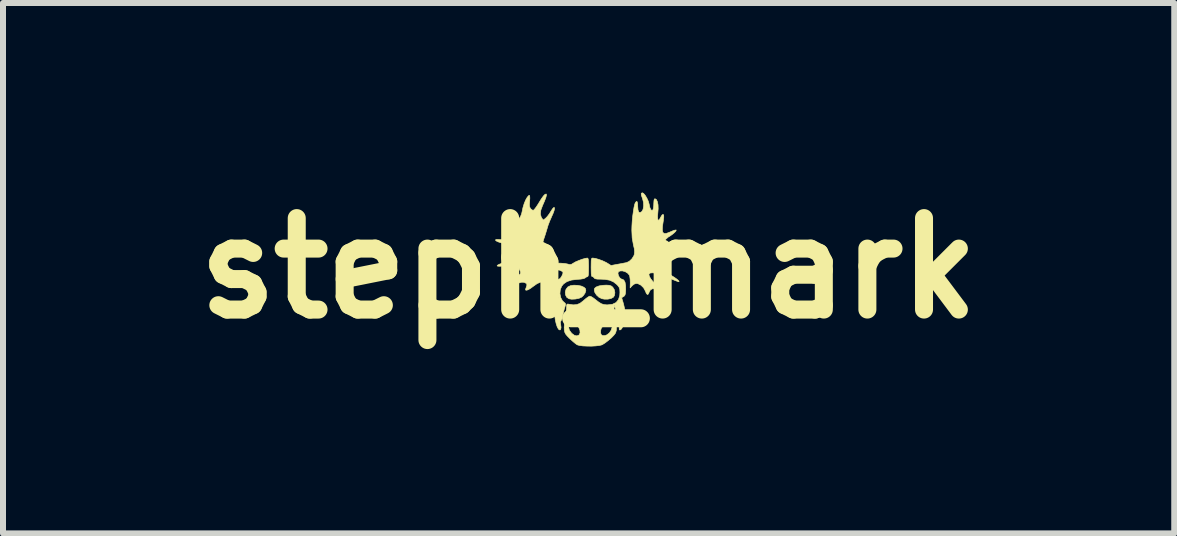
<source format=kicad_pcb>
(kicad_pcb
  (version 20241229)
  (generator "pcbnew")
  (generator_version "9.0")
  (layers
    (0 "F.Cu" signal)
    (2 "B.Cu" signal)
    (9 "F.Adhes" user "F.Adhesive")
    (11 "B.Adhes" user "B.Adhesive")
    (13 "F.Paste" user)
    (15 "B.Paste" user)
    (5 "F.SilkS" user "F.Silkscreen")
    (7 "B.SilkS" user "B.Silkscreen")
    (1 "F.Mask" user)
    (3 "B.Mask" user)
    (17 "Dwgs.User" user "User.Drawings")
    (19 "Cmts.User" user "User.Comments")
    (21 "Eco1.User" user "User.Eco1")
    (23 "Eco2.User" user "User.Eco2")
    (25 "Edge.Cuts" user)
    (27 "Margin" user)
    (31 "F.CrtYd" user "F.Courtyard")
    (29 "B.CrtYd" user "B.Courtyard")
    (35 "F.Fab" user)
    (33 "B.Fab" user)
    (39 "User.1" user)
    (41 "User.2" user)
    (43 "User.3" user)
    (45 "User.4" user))
  (footprint "steph_mark"
    (layer "F.Cu")
    (at 6.756 1.418)
    (property "Reference" "steph_mark" (at 0 0 0) (layer "F.SilkS") (effects (font (size 1.524 1.524) (thickness 0.3))))
    (attr through_hole)
    (fp_poly (pts (xy -0.183 0.286) (xy -0.124 0.297) (xy -0.077 0.318) (xy -0.052 0.341) (xy -0.046 0.373) (xy -0.059 0.415) (xy -0.087 0.456) (xy -0.114 0.481) (xy -0.16 0.502) (xy -0.22 0.514) (xy -0.282 0.517) (xy -0.325 0.51) (xy -0.363 0.486) (xy -0.384 0.446) (xy -0.389 0.399) (xy -0.376 0.351) (xy -0.344 0.311) (xy -0.343 0.311) (xy -0.301 0.291) (xy -0.245 0.283) (xy -0.183 0.286)) (stroke (width 0.01) (type solid)) (fill yes) (layer "F.SilkS"))
    (fp_poly (pts (xy 0.343 0.285) (xy 0.377 0.296) (xy 0.403 0.317) (xy 0.429 0.359) (xy 0.438 0.409) (xy 0.43 0.457) (xy 0.41 0.486) (xy 0.373 0.505) (xy 0.32 0.516) (xy 0.263 0.516) (xy 0.221 0.508) (xy 0.172 0.484) (xy 0.132 0.447) (xy 0.104 0.404) (xy 0.094 0.362) (xy 0.1 0.336) (xy 0.127 0.313) (xy 0.175 0.295) (xy 0.24 0.285) (xy 0.293 0.282) (xy 0.343 0.285)) (stroke (width 0.01) (type solid)) (fill yes) (layer "F.SilkS"))
    (fp_poly (pts (xy -0.705 -1.235) (xy -0.702 -1.216) (xy -0.713 -1.174) (xy -0.738 -1.11) (xy -0.767 -1.044) (xy -0.796 -0.967) (xy -0.803 -0.9) (xy -0.788 -0.847) (xy -0.779 -0.833) (xy -0.754 -0.802) (xy -0.715 -0.833) (xy -0.686 -0.863) (xy -0.654 -0.906) (xy -0.633 -0.94) (xy -0.603 -0.987) (xy -0.582 -1.01) (xy -0.57 -1.011) (xy -0.568 -0.993) (xy -0.575 -0.958) (xy -0.593 -0.909) (xy -0.621 -0.848) (xy -0.621 -0.846) (xy -0.648 -0.785) (xy -0.674 -0.717) (xy -0.684 -0.684) (xy -0.7 -0.63) (xy -0.721 -0.562) (xy -0.744 -0.493) (xy -0.749 -0.478) (xy -0.779 -0.367) (xy -0.789 -0.274) (xy -0.78 -0.199) (xy -0.751 -0.143) (xy -0.702 -0.107) (xy -0.698 -0.105) (xy -0.654 -0.094) (xy -0.588 -0.087) (xy -0.52 -0.085) (xy -0.456 -0.083) (xy -0.398 -0.078) (xy -0.356 -0.071) (xy -0.345 -0.068) (xy -0.312 -0.06) (xy -0.285 -0.065) (xy -0.254 -0.084) (xy -0.218 -0.105) (xy -0.166 -0.127) (xy -0.11 -0.148) (xy -0.058 -0.163) (xy -0.021 -0.169) (xy -0.02 -0.169) (xy -0.011 -0.164) (xy -0.005 -0.145) (xy -0.002 -0.108) (xy -0.000132 -0.049) (xy 0 -0.014) (xy -0.001 0.057) (xy -0.003 0.103) (xy -0.008 0.13) (xy -0.016 0.14) (xy -0.019 0.141) (xy -0.045 0.151) (xy -0.055 0.161) (xy -0.08 0.173) (xy -0.13 0.182) (xy -0.187 0.186) (xy -0.285 0.198) (xy -0.36 0.223) (xy -0.417 0.262) (xy -0.448 0.3) (xy -0.472 0.358) (xy -0.478 0.424) (xy -0.465 0.488) (xy -0.436 0.543) (xy -0.408 0.569) (xy -0.391 0.583) (xy -0.383 0.597) (xy -0.387 0.621) (xy -0.399 0.662) (xy -0.401 0.666) (xy -0.416 0.722) (xy -0.429 0.778) (xy -0.433 0.801) (xy -0.442 0.841) (xy -0.455 0.87) (xy -0.459 0.875) (xy -0.47 0.898) (xy -0.465 0.941) (xy -0.459 0.987) (xy -0.465 1.018) (xy -0.478 1.03) (xy -0.498 1.019) (xy -0.504 1.012) (xy -0.523 0.977) (xy -0.541 0.922) (xy -0.555 0.86) (xy -0.563 0.8) (xy -0.564 0.773) (xy -0.56 0.72) (xy -0.55 0.655) (xy -0.536 0.595) (xy -0.508 0.493) (xy -0.536 0.463) (xy -0.553 0.436) (xy -0.562 0.399) (xy -0.564 0.346) (xy -0.559 0.271) (xy -0.544 0.217) (xy -0.519 0.189) (xy -0.5 0.184) (xy -0.474 0.173) (xy -0.45 0.138) (xy -0.444 0.127) (xy -0.429 0.091) (xy -0.426 0.071) (xy -0.436 0.058) (xy -0.446 0.05) (xy -0.492 0.03) (xy -0.541 0.034) (xy -0.589 0.058) (xy -0.63 0.097) (xy -0.658 0.149) (xy -0.67 0.206) (xy -0.674 0.254) (xy -0.683 0.276) (xy -0.7 0.272) (xy -0.717 0.254) (xy -0.752 0.231) (xy -0.8 0.232) (xy -0.859 0.258) (xy -0.924 0.304) (xy -0.967 0.336) (xy -1.005 0.358) (xy -1.03 0.367) (xy -1.03 0.367) (xy -1.048 0.365) (xy -1.051 0.354) (xy -1.042 0.326) (xy -1.038 0.318) (xy -1.027 0.279) (xy -1.036 0.255) (xy -1.069 0.238) (xy -1.087 0.234) (xy -1.12 0.234) (xy -1.171 0.25) (xy -1.226 0.275) (xy -1.275 0.297) (xy -1.313 0.313) (xy -1.335 0.319) (xy -1.337 0.319) (xy -1.334 0.303) (xy -1.314 0.274) (xy -1.283 0.236) (xy -1.244 0.194) (xy -1.202 0.152) (xy -1.161 0.117) (xy -1.159 0.116) (xy -1.136 0.092) (xy -1.133 0.067) (xy -1.138 0.049) (xy -1.159 0.007) (xy -1.192 -0.021) (xy -1.239 -0.038) (xy -1.305 -0.043) (xy -1.394 -0.039) (xy -1.422 -0.036) (xy -1.481 -0.032) (xy -1.515 -0.034) (xy -1.524 -0.04) (xy -1.511 -0.054) (xy -1.477 -0.07) (xy -1.427 -0.085) (xy -1.368 -0.098) (xy -1.307 -0.108) (xy -1.298 -0.108) (xy -1.248 -0.115) (xy -1.208 -0.123) (xy -1.189 -0.131) (xy -1.172 -0.16) (xy -1.18 -0.204) (xy -1.212 -0.262) (xy -1.228 -0.284) (xy -1.268 -0.333) (xy -1.308 -0.368) (xy -1.355 -0.393) (xy -1.419 -0.413) (xy -1.452 -0.422) (xy -1.5 -0.436) (xy -1.535 -0.452) (xy -1.55 -0.464) (xy -1.549 -0.474) (xy -1.534 -0.479) (xy -1.5 -0.478) (xy -1.452 -0.474) (xy -1.379 -0.466) (xy -1.33 -0.462) (xy -1.3 -0.462) (xy -1.284 -0.467) (xy -1.279 -0.477) (xy -1.28 -0.494) (xy -1.281 -0.504) (xy -1.28 -0.534) (xy -1.271 -0.543) (xy -1.261 -0.54) (xy -1.248 -0.539) (xy -1.242 -0.55) (xy -1.243 -0.58) (xy -1.245 -0.61) (xy -1.265 -0.7) (xy -1.306 -0.786) (xy -1.353 -0.852) (xy -1.377 -0.886) (xy -1.389 -0.911) (xy -1.389 -0.919) (xy -1.372 -0.922) (xy -1.342 -0.91) (xy -1.304 -0.884) (xy -1.266 -0.85) (xy -1.264 -0.848) (xy -1.232 -0.821) (xy -1.204 -0.805) (xy -1.198 -0.804) (xy -1.167 -0.817) (xy -1.138 -0.852) (xy -1.117 -0.903) (xy -1.108 -0.941) (xy -1.094 -1.008) (xy -1.074 -1.074) (xy -1.05 -1.133) (xy -1.024 -1.179) (xy -1 -1.208) (xy -0.985 -1.214) (xy -0.981 -1.201) (xy -0.979 -1.167) (xy -0.982 -1.12) (xy -0.982 -1.118) (xy -0.986 -1.064) (xy -0.984 -1.029) (xy -0.974 -1.004) (xy -0.965 -0.99) (xy -0.938 -0.968) (xy -0.917 -0.966) (xy -0.901 -0.982) (xy -0.875 -1.016) (xy -0.845 -1.061) (xy -0.833 -1.081) (xy -0.787 -1.155) (xy -0.752 -1.204) (xy -0.726 -1.23) (xy -0.708 -1.236) (xy -0.705 -1.235)) (stroke (width 0.01) (type solid)) (fill yes) (layer "F.SilkS"))
    (fp_poly (pts (xy 0.917 -1.244) (xy 0.944 -1.212) (xy 0.971 -1.167) (xy 0.994 -1.117) (xy 1.008 -1.069) (xy 1.011 -1.056) (xy 1.022 -1.007) (xy 1.038 -0.974) (xy 1.056 -0.962) (xy 1.073 -0.974) (xy 1.073 -0.975) (xy 1.08 -0.999) (xy 1.085 -1.041) (xy 1.086 -1.076) (xy 1.089 -1.125) (xy 1.095 -1.151) (xy 1.106 -1.157) (xy 1.129 -1.144) (xy 1.146 -1.108) (xy 1.157 -1.055) (xy 1.159 -0.99) (xy 1.154 -0.927) (xy 1.149 -0.867) (xy 1.151 -0.824) (xy 1.155 -0.809) (xy 1.165 -0.798) (xy 1.177 -0.807) (xy 1.195 -0.837) (xy 1.199 -0.846) (xy 1.223 -0.885) (xy 1.24 -0.897) (xy 1.251 -0.884) (xy 1.252 -0.848) (xy 1.245 -0.789) (xy 1.244 -0.785) (xy 1.231 -0.698) (xy 1.228 -0.636) (xy 1.236 -0.597) (xy 1.258 -0.579) (xy 1.294 -0.579) (xy 1.346 -0.598) (xy 1.366 -0.607) (xy 1.411 -0.626) (xy 1.444 -0.636) (xy 1.46 -0.636) (xy 1.46 -0.636) (xy 1.455 -0.62) (xy 1.432 -0.594) (xy 1.396 -0.564) (xy 1.355 -0.535) (xy 1.328 -0.519) (xy 1.287 -0.483) (xy 1.254 -0.428) (xy 1.233 -0.364) (xy 1.228 -0.321) (xy 1.233 -0.284) (xy 1.25 -0.26) (xy 1.283 -0.247) (xy 1.336 -0.244) (xy 1.412 -0.25) (xy 1.425 -0.252) (xy 1.483 -0.259) (xy 1.532 -0.267) (xy 1.565 -0.274) (xy 1.57 -0.276) (xy 1.59 -0.277) (xy 1.595 -0.27) (xy 1.581 -0.251) (xy 1.545 -0.231) (xy 1.491 -0.211) (xy 1.424 -0.195) (xy 1.369 -0.186) (xy 1.275 -0.166) (xy 1.203 -0.137) (xy 1.155 -0.1) (xy 1.134 -0.061) (xy 1.131 -0.043) (xy 1.133 -0.028) (xy 1.143 -0.013) (xy 1.167 0.005) (xy 1.206 0.028) (xy 1.265 0.06) (xy 1.312 0.084) (xy 1.374 0.119) (xy 1.429 0.153) (xy 1.471 0.183) (xy 1.499 0.207) (xy 1.508 0.222) (xy 1.499 0.226) (xy 1.481 0.22) (xy 1.443 0.206) (xy 1.389 0.184) (xy 1.326 0.158) (xy 1.317 0.154) (xy 1.218 0.114) (xy 1.136 0.089) (xy 1.072 0.077) (xy 1.028 0.08) (xy 1.006 0.097) (xy 1.005 0.102) (xy 1.011 0.134) (xy 1.034 0.175) (xy 1.07 0.22) (xy 1.114 0.262) (xy 1.159 0.296) (xy 1.175 0.305) (xy 1.242 0.345) (xy 1.288 0.386) (xy 1.311 0.424) (xy 1.312 0.437) (xy 1.31 0.458) (xy 1.301 0.463) (xy 1.281 0.452) (xy 1.245 0.422) (xy 1.238 0.417) (xy 1.174 0.37) (xy 1.116 0.345) (xy 1.067 0.342) (xy 1.031 0.36) (xy 1.011 0.395) (xy 0.995 0.431) (xy 0.979 0.439) (xy 0.962 0.42) (xy 0.945 0.379) (xy 0.916 0.326) (xy 0.872 0.283) (xy 0.822 0.258) (xy 0.795 0.254) (xy 0.762 0.264) (xy 0.729 0.288) (xy 0.727 0.291) (xy 0.692 0.328) (xy 0.694 0.237) (xy 0.692 0.185) (xy 0.686 0.139) (xy 0.679 0.116) (xy 0.65 0.082) (xy 0.608 0.057) (xy 0.562 0.045) (xy 0.521 0.047) (xy 0.495 0.062) (xy 0.489 0.089) (xy 0.498 0.125) (xy 0.518 0.159) (xy 0.544 0.18) (xy 0.557 0.183) (xy 0.586 0.197) (xy 0.607 0.234) (xy 0.617 0.295) (xy 0.618 0.361) (xy 0.615 0.413) (xy 0.607 0.446) (xy 0.591 0.467) (xy 0.563 0.484) (xy 0.553 0.489) (xy 0.554 0.502) (xy 0.563 0.534) (xy 0.57 0.555) (xy 0.584 0.605) (xy 0.598 0.667) (xy 0.607 0.715) (xy 0.614 0.77) (xy 0.615 0.812) (xy 0.607 0.856) (xy 0.591 0.91) (xy 0.57 0.97) (xy 0.552 1.007) (xy 0.534 1.025) (xy 0.517 1.03) (xy 0.511 1.017) (xy 0.51 0.985) (xy 0.512 0.953) (xy 0.514 0.91) (xy 0.512 0.882) (xy 0.508 0.875) (xy 0.499 0.862) (xy 0.488 0.83) (xy 0.479 0.795) (xy 0.466 0.74) (xy 0.452 0.688) (xy 0.444 0.665) (xy 0.425 0.614) (xy 0.424 0.673) (xy 0.427 0.716) (xy 0.433 0.774) (xy 0.443 0.836) (xy 0.444 0.842) (xy 0.459 0.926) (xy 0.464 0.989) (xy 0.462 1.036) (xy 0.451 1.074) (xy 0.446 1.084) (xy 0.42 1.118) (xy 0.378 1.161) (xy 0.327 1.205) (xy 0.275 1.245) (xy 0.23 1.273) (xy 0.219 1.278) (xy 0.178 1.288) (xy 0.118 1.295) (xy 0.047 1.299) (xy -0.027 1.298) (xy -0.096 1.295) (xy -0.153 1.287) (xy -0.189 1.277) (xy -0.218 1.257) (xy -0.259 1.223) (xy -0.304 1.182) (xy -0.314 1.172) (xy -0.357 1.128) (xy -0.383 1.096) (xy -0.397 1.067) (xy -0.404 1.034) (xy -0.406 1.02) (xy -0.406 0.983) (xy -0.333 0.983) (xy -0.32 1.033) (xy -0.281 1.086) (xy -0.279 1.087) (xy -0.236 1.119) (xy -0.194 1.128) (xy -0.159 1.113) (xy -0.158 1.112) (xy -0.142 1.078) (xy -0.143 1.062) (xy 0.198 1.062) (xy 0.207 1.104) (xy 0.233 1.124) (xy 0.275 1.122) (xy 0.308 1.109) (xy 0.348 1.077) (xy 0.377 1.032) (xy 0.392 0.984) (xy 0.39 0.956) (xy 0.372 0.922) (xy 0.342 0.91) (xy 0.306 0.914) (xy 0.268 0.934) (xy 0.235 0.965) (xy 0.209 1.006) (xy 0.198 1.054) (xy 0.198 1.062) (xy -0.143 1.062) (xy -0.145 1.034) (xy -0.164 0.987) (xy -0.195 0.947) (xy -0.225 0.925) (xy -0.264 0.907) (xy -0.289 0.907) (xy -0.31 0.925) (xy -0.318 0.937) (xy -0.333 0.983) (xy -0.406 0.983) (xy -0.406 0.973) (xy -0.401 0.911) (xy -0.392 0.845) (xy -0.39 0.831) (xy -0.379 0.768) (xy -0.371 0.707) (xy -0.367 0.659) (xy -0.367 0.651) (xy -0.365 0.614) (xy -0.358 0.599) (xy -0.341 0.598) (xy -0.335 0.599) (xy -0.258 0.611) (xy -0.198 0.607) (xy -0.144 0.586) (xy -0.089 0.544) (xy -0.08 0.536) (xy -0.04 0.502) (xy -0.004 0.477) (xy 0.019 0.466) (xy 0.021 0.466) (xy 0.044 0.474) (xy 0.079 0.496) (xy 0.11 0.52) (xy 0.167 0.564) (xy 0.212 0.592) (xy 0.254 0.606) (xy 0.303 0.611) (xy 0.317 0.611) (xy 0.398 0.601) (xy 0.458 0.572) (xy 0.498 0.523) (xy 0.519 0.454) (xy 0.522 0.403) (xy 0.52 0.355) (xy 0.511 0.323) (xy 0.49 0.293) (xy 0.469 0.271) (xy 0.414 0.228) (xy 0.35 0.2) (xy 0.27 0.186) (xy 0.201 0.183) (xy 0.145 0.182) (xy 0.111 0.176) (xy 0.095 0.166) (xy 0.094 0.162) (xy 0.075 0.144) (xy 0.064 0.141) (xy 0.054 0.137) (xy 0.048 0.121) (xy 0.044 0.09) (xy 0.043 0.038) (xy 0.042 -0.014) (xy 0.043 -0.082) (xy 0.044 -0.127) (xy 0.048 -0.153) (xy 0.055 -0.166) (xy 0.066 -0.169) (xy 0.068 -0.169) (xy 0.113 -0.163) (xy 0.171 -0.146) (xy 0.234 -0.123) (xy 0.291 -0.096) (xy 0.31 -0.085) (xy 0.374 -0.045) (xy 0.487 -0.066) (xy 0.544 -0.076) (xy 0.594 -0.086) (xy 0.628 -0.092) (xy 0.632 -0.093) (xy 0.677 -0.114) (xy 0.72 -0.154) (xy 0.752 -0.203) (xy 0.762 -0.231) (xy 0.766 -0.275) (xy 0.761 -0.328) (xy 0.747 -0.386) (xy 0.726 -0.503) (xy 0.72 -0.632) (xy 0.722 -0.705) (xy 0.727 -0.786) (xy 0.735 -0.87) (xy 0.746 -0.948) (xy 0.757 -1.016) (xy 0.769 -1.066) (xy 0.777 -1.088) (xy 0.795 -1.112) (xy 0.808 -1.109) (xy 0.816 -1.079) (xy 0.818 -1.032) (xy 0.823 -0.97) (xy 0.836 -0.934) (xy 0.857 -0.925) (xy 0.885 -0.942) (xy 0.888 -0.945) (xy 0.908 -0.982) (xy 0.917 -1.036) (xy 0.914 -1.098) (xy 0.899 -1.158) (xy 0.896 -1.166) (xy 0.879 -1.216) (xy 0.877 -1.245) (xy 0.892 -1.256) (xy 0.895 -1.256) (xy 0.917 -1.244)) (stroke (width 0.01) (type solid)) (fill yes) (layer "F.SilkS")))
  (gr_rect
    (start -3 -3)
    (end 16.513 5.836)
    (stroke (width 0.1) (type default))
    (fill no)
    (layer "Edge.Cuts")))
</source>
